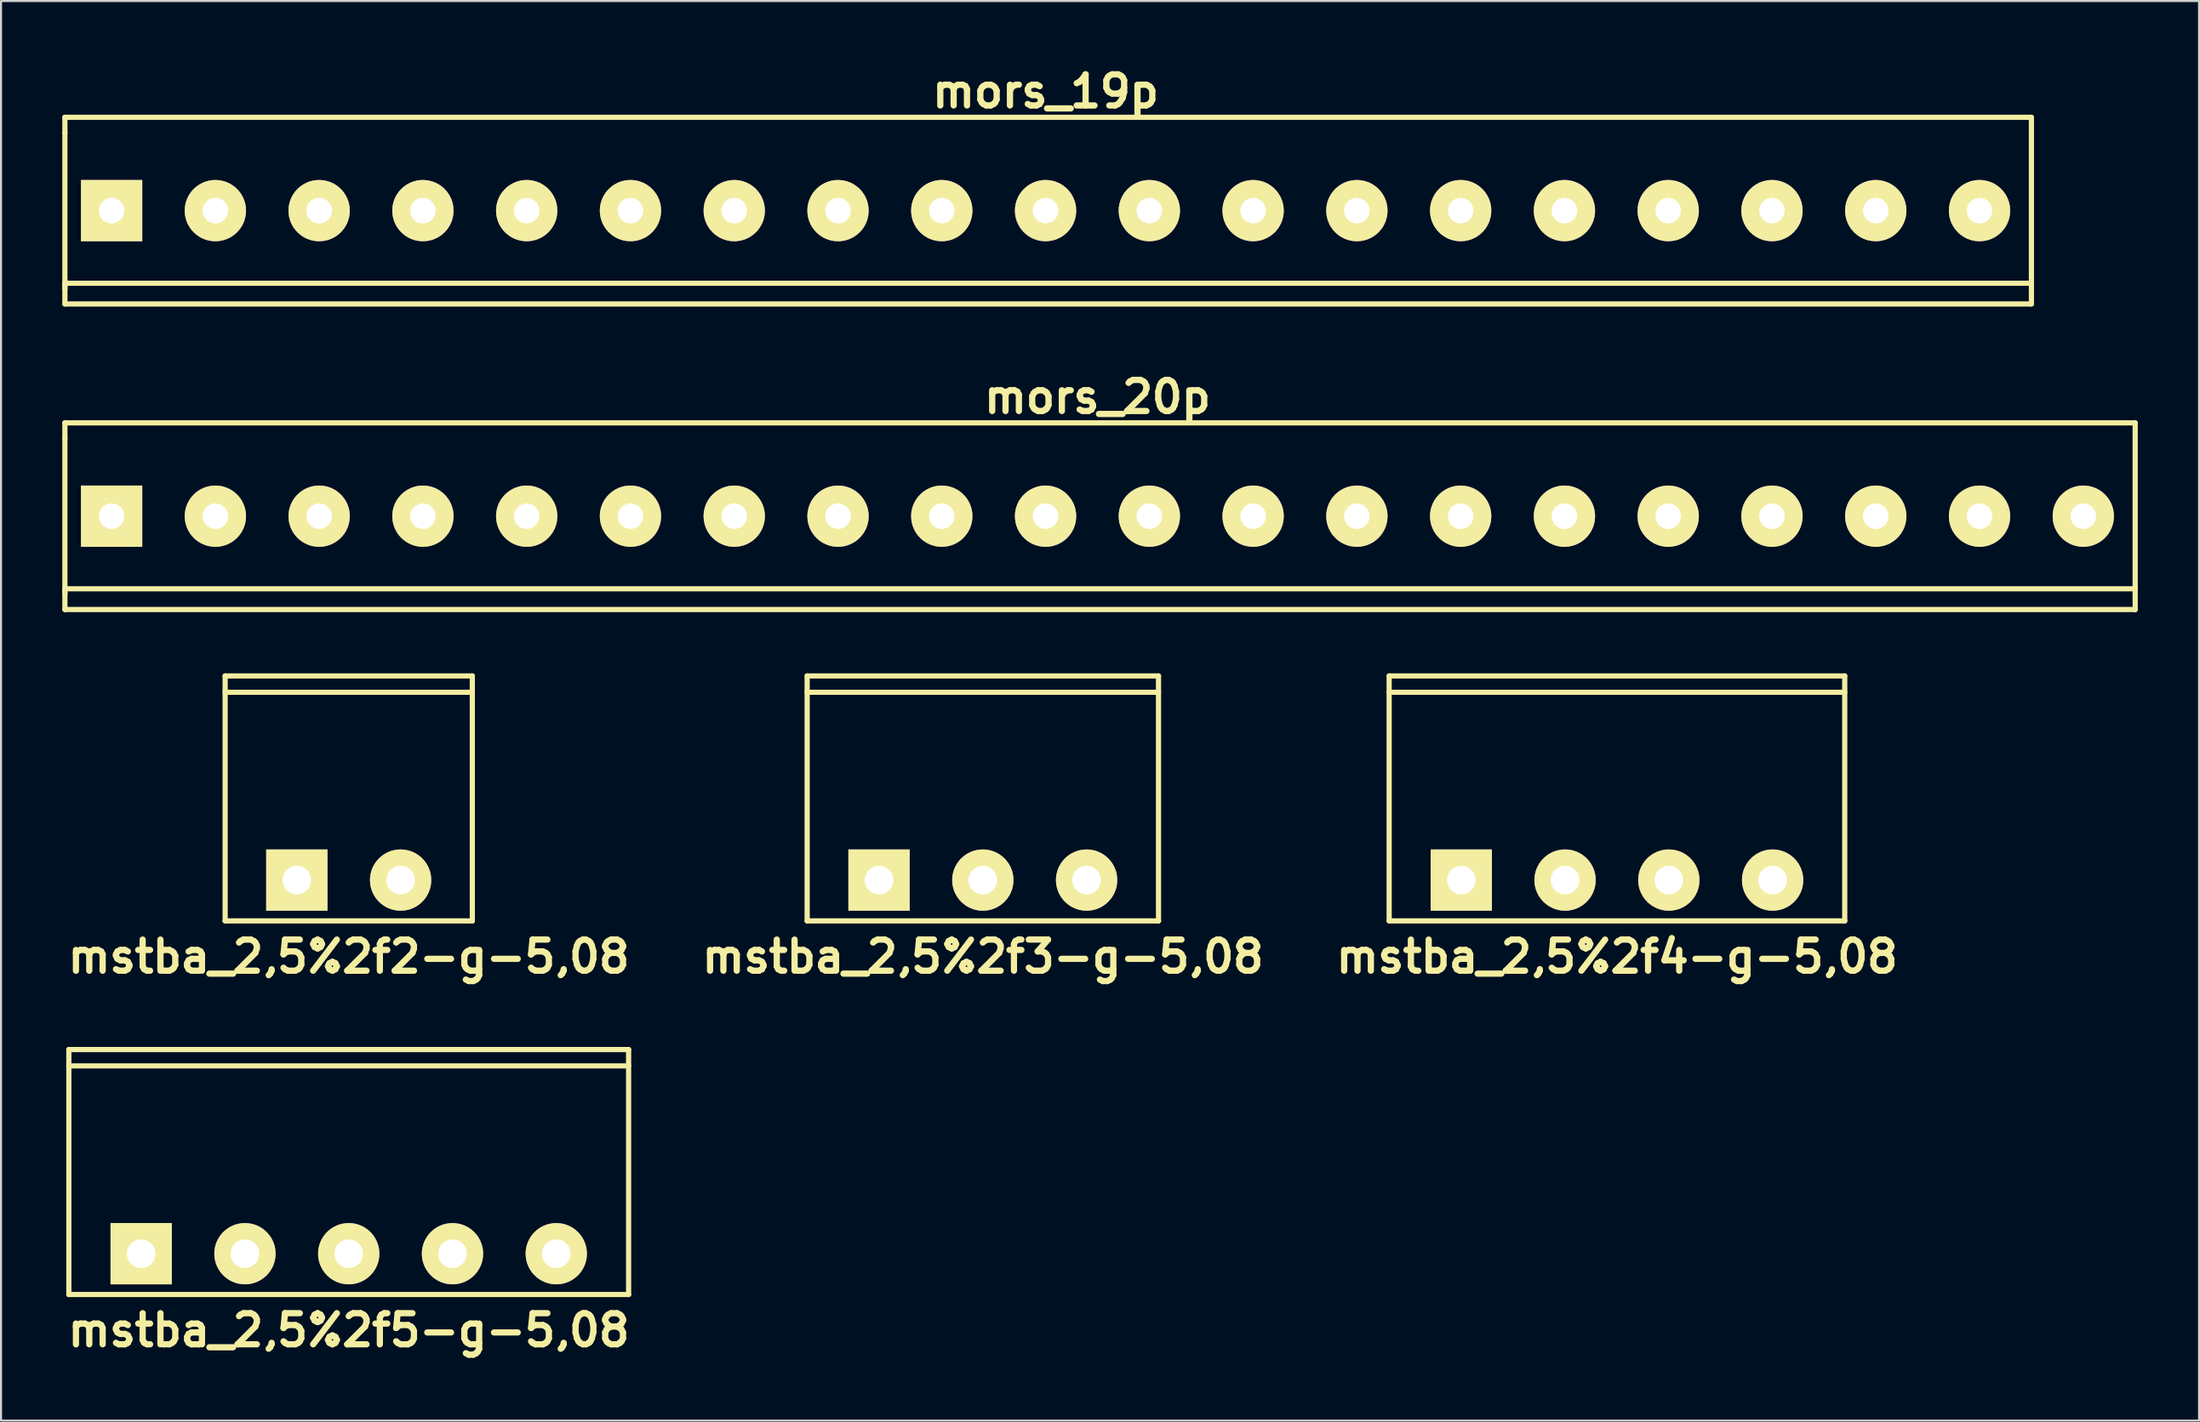
<source format=kicad_pcb>
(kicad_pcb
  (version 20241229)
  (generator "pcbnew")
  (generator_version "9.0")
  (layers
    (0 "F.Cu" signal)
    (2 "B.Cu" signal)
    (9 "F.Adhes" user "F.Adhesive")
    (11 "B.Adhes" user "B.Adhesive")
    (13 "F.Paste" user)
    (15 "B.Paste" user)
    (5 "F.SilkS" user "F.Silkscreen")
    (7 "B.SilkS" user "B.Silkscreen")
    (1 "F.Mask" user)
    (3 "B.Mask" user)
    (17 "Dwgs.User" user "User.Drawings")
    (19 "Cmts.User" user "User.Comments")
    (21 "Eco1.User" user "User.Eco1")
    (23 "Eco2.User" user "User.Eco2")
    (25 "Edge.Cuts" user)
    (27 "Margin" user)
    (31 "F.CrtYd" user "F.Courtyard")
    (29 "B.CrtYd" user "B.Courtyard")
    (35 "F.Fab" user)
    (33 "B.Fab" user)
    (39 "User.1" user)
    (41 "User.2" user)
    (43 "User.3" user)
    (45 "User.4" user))
  (footprint "mstba_2,5%2f4-g-5,08"
    (layer "F.Cu")
    (at 76.104 40.062)
    (property "Reference" "mstba_2,5%2f4-g-5,08" (at 0 3.749 0) (layer "F.SilkS") (effects (font (size 1.524 1.524) (thickness 0.305))))
    (attr through_hole)
    (fp_line (start -11.151 -9.2) (end 11.151 -9.2) (stroke (width 0.254) (type solid)) (layer "F.SilkS"))
    (fp_line (start -11.151 1.999) (end -11.151 -10) (stroke (width 0.254) (type solid)) (layer "F.SilkS"))
    (fp_line (start -11.151 1.999) (end 11.151 1.999) (stroke (width 0.254) (type solid)) (layer "F.SilkS"))
    (fp_line (start 11.151 -10) (end -11.151 -10) (stroke (width 0.254) (type solid)) (layer "F.SilkS"))
    (fp_line (start 11.151 1.999) (end 11.151 -10) (stroke (width 0.254) (type solid)) (layer "F.SilkS"))
    (pad "1" thru_hole rect (at -7.62 0) (size 3 3) (drill 1.4) (layers "*.Cu" "*.Mask" "F.SilkS"))
    (pad "2" thru_hole circle (at -2.54 0) (size 3 3) (drill 1.4) (layers "*.Cu" "*.Mask" "F.SilkS"))
    (pad "3" thru_hole circle (at 2.54 0) (size 3 3) (drill 1.4) (layers "*.Cu" "*.Mask" "F.SilkS"))
    (pad "4" thru_hole circle (at 7.62 0) (size 3 3) (drill 1.4) (layers "*.Cu" "*.Mask" "F.SilkS")))
  (footprint "mors_20p"
    (layer "F.Cu")
    (at 50.673 22.236)
    (property "Reference" "mors_20p" (at 0 -5.842 0) (layer "F.SilkS") (effects (font (size 1.524 1.524) (thickness 0.305))))
    (attr through_hole)
    (fp_line (start -50.546 -4.572) (end -50.546 -3.81) (stroke (width 0.254) (type solid)) (layer "F.SilkS"))
    (fp_line (start -50.546 3.81) (end -50.546 -3.81) (stroke (width 0.254) (type solid)) (layer "F.SilkS"))
    (fp_line (start -50.546 4.572) (end -50.546 3.556) (stroke (width 0.254) (type solid)) (layer "F.SilkS"))
    (fp_line (start -50.546 4.572) (end 50.8 4.572) (stroke (width 0.254) (type solid)) (layer "F.SilkS"))
    (fp_line (start 50.8 -4.572) (end -50.546 -4.572) (stroke (width 0.254) (type solid)) (layer "F.SilkS"))
    (fp_line (start 50.8 -4.572) (end 50.8 4.572) (stroke (width 0.254) (type solid)) (layer "F.SilkS"))
    (fp_line (start 50.8 3.556) (end -50.546 3.556) (stroke (width 0.254) (type solid)) (layer "F.SilkS"))
    (pad "1" thru_hole rect (at -48.26 0) (size 3 3) (drill 1.25) (layers "*.Cu" "*.Mask" "F.SilkS"))
    (pad "2" thru_hole circle (at -43.18 0) (size 3 3) (drill 1.25) (layers "*.Cu" "*.Mask" "F.SilkS"))
    (pad "3" thru_hole circle (at -38.1 0) (size 3 3) (drill 1.25) (layers "*.Cu" "*.Mask" "F.SilkS"))
    (pad "4" thru_hole circle (at -33.02 0) (size 3 3) (drill 1.25) (layers "*.Cu" "*.Mask" "F.SilkS"))
    (pad "5" thru_hole circle (at -27.94 0) (size 3 3) (drill 1.25) (layers "*.Cu" "*.Mask" "F.SilkS"))
    (pad "6" thru_hole circle (at -22.86 0) (size 3 3) (drill 1.25) (layers "*.Cu" "*.Mask" "F.SilkS"))
    (pad "7" thru_hole circle (at -17.78 0) (size 3 3) (drill 1.25) (layers "*.Cu" "*.Mask" "F.SilkS"))
    (pad "8" thru_hole circle (at -12.7 0) (size 3 3) (drill 1.25) (layers "*.Cu" "*.Mask" "F.SilkS"))
    (pad "9" thru_hole circle (at -7.62 0) (size 3 3) (drill 1.25) (layers "*.Cu" "*.Mask" "F.SilkS"))
    (pad "10" thru_hole circle (at -2.54 0) (size 3 3) (drill 1.25) (layers "*.Cu" "*.Mask" "F.SilkS"))
    (pad "11" thru_hole circle (at 2.54 0) (size 3 3) (drill 1.25) (layers "*.Cu" "*.Mask" "F.SilkS"))
    (pad "12" thru_hole circle (at 7.62 0) (size 3 3) (drill 1.25) (layers "*.Cu" "*.Mask" "F.SilkS"))
    (pad "13" thru_hole circle (at 12.7 0) (size 3 3) (drill 1.25) (layers "*.Cu" "*.Mask" "F.SilkS"))
    (pad "14" thru_hole circle (at 17.78 0) (size 3 3) (drill 1.25) (layers "*.Cu" "*.Mask" "F.SilkS"))
    (pad "15" thru_hole circle (at 22.86 0) (size 3 3) (drill 1.25) (layers "*.Cu" "*.Mask" "F.SilkS"))
    (pad "16" thru_hole circle (at 27.94 0) (size 3 3) (drill 1.25) (layers "*.Cu" "*.Mask" "F.SilkS"))
    (pad "17" thru_hole circle (at 33.02 0) (size 3 3) (drill 1.25) (layers "*.Cu" "*.Mask" "F.SilkS"))
    (pad "18" thru_hole circle (at 38.1 0) (size 3 3) (drill 1.25) (layers "*.Cu" "*.Mask" "F.SilkS"))
    (pad "19" thru_hole circle (at 43.18 0) (size 3 3) (drill 1.25) (layers "*.Cu" "*.Mask" "F.SilkS"))
    (pad "20" thru_hole circle (at 48.26 0) (size 3 3) (drill 1.25) (layers "*.Cu" "*.Mask" "F.SilkS")))
  (footprint "mstba_2,5%2f3-g-5,08"
    (layer "F.Cu")
    (at 45.062 40.062)
    (property "Reference" "mstba_2,5%2f3-g-5,08" (at 0 3.749 0) (layer "F.SilkS") (effects (font (size 1.524 1.524) (thickness 0.305))))
    (attr through_hole)
    (fp_line (start -8.6 -9.2) (end 8.6 -9.2) (stroke (width 0.254) (type solid)) (layer "F.SilkS"))
    (fp_line (start -8.6 1.999) (end -8.6 -10) (stroke (width 0.254) (type solid)) (layer "F.SilkS"))
    (fp_line (start -8.6 1.999) (end 8.6 1.999) (stroke (width 0.254) (type solid)) (layer "F.SilkS"))
    (fp_line (start 8.6 -10) (end -8.6 -10) (stroke (width 0.254) (type solid)) (layer "F.SilkS"))
    (fp_line (start 8.6 1.999) (end 8.6 -10) (stroke (width 0.254) (type solid)) (layer "F.SilkS"))
    (pad "1" thru_hole rect (at -5.08 0) (size 3 3) (drill 1.4) (layers "*.Cu" "*.Mask" "F.SilkS"))
    (pad "2" thru_hole circle (at 0 0) (size 3 3) (drill 1.4) (layers "*.Cu" "*.Mask" "F.SilkS"))
    (pad "3" thru_hole circle (at 5.08 0) (size 3 3) (drill 1.4) (layers "*.Cu" "*.Mask" "F.SilkS")))
  (footprint "mors_19p"
    (layer "F.Cu")
    (at 48.133 7.268)
    (property "Reference" "mors_19p" (at 0 -5.842 0) (layer "F.SilkS") (effects (font (size 1.524 1.524) (thickness 0.305))))
    (attr through_hole)
    (fp_line (start -48.006 -4.572) (end -48.006 -3.81) (stroke (width 0.254) (type solid)) (layer "F.SilkS"))
    (fp_line (start -48.006 3.81) (end -48.006 -3.81) (stroke (width 0.254) (type solid)) (layer "F.SilkS"))
    (fp_line (start -48.006 4.572) (end -48.006 3.556) (stroke (width 0.254) (type solid)) (layer "F.SilkS"))
    (fp_line (start -48.006 4.572) (end 48.26 4.572) (stroke (width 0.254) (type solid)) (layer "F.SilkS"))
    (fp_line (start 48.26 -4.572) (end -48.006 -4.572) (stroke (width 0.254) (type solid)) (layer "F.SilkS"))
    (fp_line (start 48.26 -4.572) (end 48.26 4.572) (stroke (width 0.254) (type solid)) (layer "F.SilkS"))
    (fp_line (start 48.26 3.556) (end -48.006 3.556) (stroke (width 0.254) (type solid)) (layer "F.SilkS"))
    (pad "1" thru_hole rect (at -45.72 0) (size 3 3) (drill 1.25) (layers "*.Cu" "*.Mask" "F.SilkS"))
    (pad "2" thru_hole circle (at -40.64 0) (size 3 3) (drill 1.25) (layers "*.Cu" "*.Mask" "F.SilkS"))
    (pad "3" thru_hole circle (at -35.56 0) (size 3 3) (drill 1.25) (layers "*.Cu" "*.Mask" "F.SilkS"))
    (pad "4" thru_hole circle (at -30.48 0) (size 3 3) (drill 1.25) (layers "*.Cu" "*.Mask" "F.SilkS"))
    (pad "5" thru_hole circle (at -25.4 0) (size 3 3) (drill 1.25) (layers "*.Cu" "*.Mask" "F.SilkS"))
    (pad "6" thru_hole circle (at -20.32 0) (size 3 3) (drill 1.25) (layers "*.Cu" "*.Mask" "F.SilkS"))
    (pad "7" thru_hole circle (at -15.24 0) (size 3 3) (drill 1.25) (layers "*.Cu" "*.Mask" "F.SilkS"))
    (pad "8" thru_hole circle (at -10.16 0) (size 3 3) (drill 1.25) (layers "*.Cu" "*.Mask" "F.SilkS"))
    (pad "9" thru_hole circle (at -5.08 0) (size 3 3) (drill 1.25) (layers "*.Cu" "*.Mask" "F.SilkS"))
    (pad "10" thru_hole circle (at 0 0) (size 3 3) (drill 1.25) (layers "*.Cu" "*.Mask" "F.SilkS"))
    (pad "11" thru_hole circle (at 5.08 0) (size 3 3) (drill 1.25) (layers "*.Cu" "*.Mask" "F.SilkS"))
    (pad "12" thru_hole circle (at 10.16 0) (size 3 3) (drill 1.25) (layers "*.Cu" "*.Mask" "F.SilkS"))
    (pad "13" thru_hole circle (at 15.24 0) (size 3 3) (drill 1.25) (layers "*.Cu" "*.Mask" "F.SilkS"))
    (pad "14" thru_hole circle (at 20.32 0) (size 3 3) (drill 1.25) (layers "*.Cu" "*.Mask" "F.SilkS"))
    (pad "15" thru_hole circle (at 25.4 0) (size 3 3) (drill 1.25) (layers "*.Cu" "*.Mask" "F.SilkS"))
    (pad "16" thru_hole circle (at 30.48 0) (size 3 3) (drill 1.25) (layers "*.Cu" "*.Mask" "F.SilkS"))
    (pad "17" thru_hole circle (at 35.56 0) (size 3 3) (drill 1.25) (layers "*.Cu" "*.Mask" "F.SilkS"))
    (pad "18" thru_hole circle (at 40.64 0) (size 3 3) (drill 1.25) (layers "*.Cu" "*.Mask" "F.SilkS"))
    (pad "19" thru_hole circle (at 45.72 0) (size 3 3) (drill 1.25) (layers "*.Cu" "*.Mask" "F.SilkS")))
  (footprint "mstba_2,5%2f5-g-5,08"
    (layer "F.Cu")
    (at 14.021 58.364)
    (property "Reference" "mstba_2,5%2f5-g-5,08" (at 0 3.749 0) (layer "F.SilkS") (effects (font (size 1.524 1.524) (thickness 0.305))))
    (attr through_hole)
    (fp_line (start -13.701 -10) (end 13.701 -10) (stroke (width 0.254) (type solid)) (layer "F.SilkS"))
    (fp_line (start -13.701 1.999) (end -13.701 -10) (stroke (width 0.254) (type solid)) (layer "F.SilkS"))
    (fp_line (start -13.701 1.999) (end 13.701 1.999) (stroke (width 0.254) (type solid)) (layer "F.SilkS"))
    (fp_line (start 13.701 -10) (end 13.701 1.999) (stroke (width 0.254) (type solid)) (layer "F.SilkS"))
    (fp_line (start 13.701 -9.2) (end -13.701 -9.2) (stroke (width 0.254) (type solid)) (layer "F.SilkS"))
    (pad "1" thru_hole rect (at -10.16 0) (size 3 3) (drill 1.4) (layers "*.Cu" "*.Mask" "F.SilkS"))
    (pad "2" thru_hole circle (at -5.08 0) (size 3 3) (drill 1.4) (layers "*.Cu" "*.Mask" "F.SilkS"))
    (pad "3" thru_hole circle (at 0 0) (size 3 3) (drill 1.4) (layers "*.Cu" "*.Mask" "F.SilkS"))
    (pad "4" thru_hole circle (at 5.08 0) (size 3 3) (drill 1.4) (layers "*.Cu" "*.Mask" "F.SilkS"))
    (pad "5" thru_hole circle (at 10.16 0) (size 3 3) (drill 1.4) (layers "*.Cu" "*.Mask" "F.SilkS")))
  (footprint "mstba_2,5%2f2-g-5,08"
    (layer "F.Cu")
    (at 14.021 40.062)
    (property "Reference" "mstba_2,5%2f2-g-5,08" (at 0 3.749 0) (layer "F.SilkS") (effects (font (size 1.524 1.524) (thickness 0.305))))
    (attr through_hole)
    (fp_line (start -6.05 -9.2) (end 6.05 -9.2) (stroke (width 0.254) (type solid)) (layer "F.SilkS"))
    (fp_line (start -6.05 1.999) (end -6.05 -10) (stroke (width 0.254) (type solid)) (layer "F.SilkS"))
    (fp_line (start 6.05 -10) (end -6.05 -10) (stroke (width 0.254) (type solid)) (layer "F.SilkS"))
    (fp_line (start 6.05 1.999) (end -6.05 1.999) (stroke (width 0.254) (type solid)) (layer "F.SilkS"))
    (fp_line (start 6.05 1.999) (end 6.05 -10) (stroke (width 0.254) (type solid)) (layer "F.SilkS"))
    (pad "1" thru_hole rect (at -2.54 0) (size 3 3) (drill 1.4) (layers "*.Cu" "*.Mask" "F.SilkS"))
    (pad "2" thru_hole circle (at 2.54 0) (size 3 3) (drill 1.4) (layers "*.Cu" "*.Mask" "F.SilkS")))
  (gr_rect
    (start -3 -3)
    (end 104.6 66.54)
    (stroke (width 0.1) (type default))
    (fill no)
    (layer "Edge.Cuts")))
</source>
